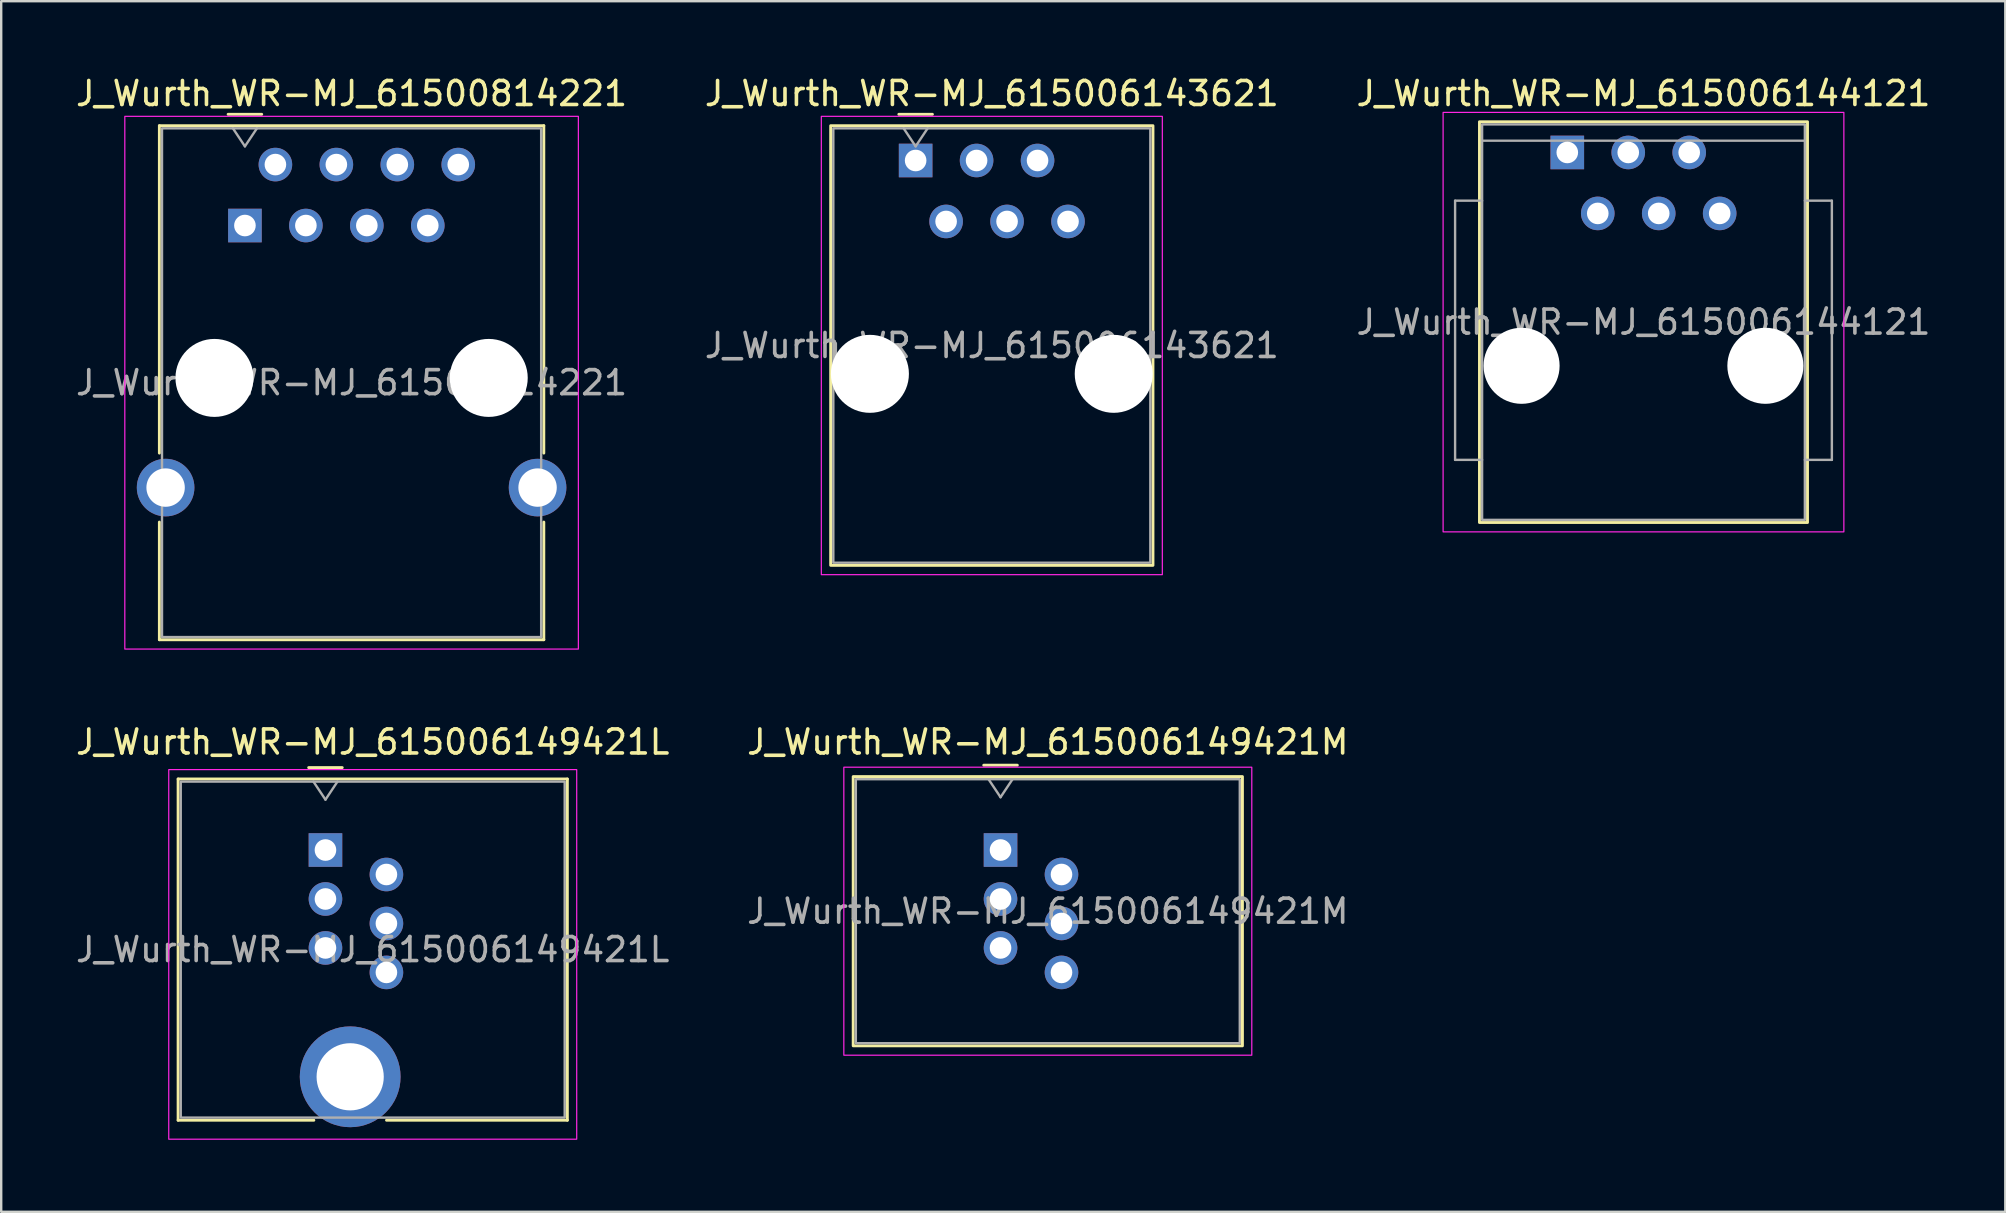
<source format=kicad_pcb>
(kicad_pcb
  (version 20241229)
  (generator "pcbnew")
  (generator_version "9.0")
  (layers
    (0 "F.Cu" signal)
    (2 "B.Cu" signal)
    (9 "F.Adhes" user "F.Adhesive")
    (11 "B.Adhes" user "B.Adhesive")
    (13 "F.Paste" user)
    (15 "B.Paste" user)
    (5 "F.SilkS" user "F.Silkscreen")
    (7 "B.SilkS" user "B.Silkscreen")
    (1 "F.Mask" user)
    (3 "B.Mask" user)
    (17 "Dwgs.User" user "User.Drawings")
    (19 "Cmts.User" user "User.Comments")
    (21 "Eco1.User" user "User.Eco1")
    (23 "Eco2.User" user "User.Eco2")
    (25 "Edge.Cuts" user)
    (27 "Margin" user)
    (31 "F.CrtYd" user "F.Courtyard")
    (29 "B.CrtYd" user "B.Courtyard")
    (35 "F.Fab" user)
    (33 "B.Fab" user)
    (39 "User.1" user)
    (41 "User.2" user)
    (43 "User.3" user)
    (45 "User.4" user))
  (footprint "J_Wurth_WR-MJ_615006144121"
    (layer "F.Cu")
    (at 62.26 3.303)
    (property "Reference" "J_Wurth_WR-MJ_615006144121" (at 3.175 -2.455 0) (unlocked yes) (layer "F.SilkS") (effects (font (size 1 1) (thickness 0.15))))
    (attr through_hole)
    (fp_rect (start -3.66 -1.28) (end 10.01 15.42) (stroke (width 0.12) (type solid)) (fill no) (layer "F.SilkS"))
    (fp_rect (start -5.175 -1.67) (end 11.525 15.81) (stroke (width 0.05) (type solid)) (fill no) (layer "F.CrtYd"))
    (fp_line (start -4.675 2.01) (end -3.55 2.01) (stroke (width 0.1) (type solid)) (layer "F.Fab"))
    (fp_line (start -4.675 12.81) (end -4.675 2.01) (stroke (width 0.1) (type solid)) (layer "F.Fab"))
    (fp_line (start -3.55 12.81) (end -4.675 12.81) (stroke (width 0.1) (type solid)) (layer "F.Fab"))
    (fp_line (start 9.9 -0.49) (end -3.55 -0.49) (stroke (width 0.1) (type solid)) (layer "F.Fab"))
    (fp_line (start 9.9 12.81) (end 11.025 12.81) (stroke (width 0.1) (type solid)) (layer "F.Fab"))
    (fp_line (start 11.025 2.01) (end 9.9 2.01) (stroke (width 0.1) (type solid)) (layer "F.Fab"))
    (fp_line (start 11.025 12.81) (end 11.025 2.01) (stroke (width 0.1) (type solid)) (layer "F.Fab"))
    (fp_rect (start -3.55 -1.17) (end 9.9 15.31) (stroke (width 0.1) (type solid)) (fill no) (layer "F.Fab"))
    (fp_text user "${REFERENCE}" (at 3.175 7.07 0) (unlocked yes) (layer "F.Fab") (effects (font (size 1 1) (thickness 0.15))))
    (pad "" np_thru_hole circle (at -1.905 8.89 180) (size 3.17 3.17) (drill 3.17) (layers "*.Cu" "*.Mask"))
    (pad "" np_thru_hole circle (at 8.255 8.89 180) (size 3.17 3.17) (drill 3.17) (layers "*.Cu" "*.Mask"))
    (pad "1" thru_hole rect (at 0 0) (size 1.4 1.4) (drill 0.9) (layers "*.Cu" "*.Mask"))
    (pad "2" thru_hole circle (at 1.27 2.54) (size 1.4 1.4) (drill 0.9) (layers "*.Cu" "*.Mask"))
    (pad "3" thru_hole circle (at 2.54 0) (size 1.4 1.4) (drill 0.9) (layers "*.Cu" "*.Mask"))
    (pad "4" thru_hole circle (at 3.81 2.54) (size 1.4 1.4) (drill 0.9) (layers "*.Cu" "*.Mask"))
    (pad "5" thru_hole circle (at 5.08 0) (size 1.4 1.4) (drill 0.9) (layers "*.Cu" "*.Mask"))
    (pad "6" thru_hole circle (at 6.35 2.54) (size 1.4 1.4) (drill 0.9) (layers "*.Cu" "*.Mask")))
  (footprint "J_Wurth_WR-MJ_61500814221"
    (layer "F.Cu")
    (at 7.156 6.348)
    (property "Reference" "J_Wurth_WR-MJ_61500814221" (at 4.445 -5.5 0) (unlocked yes) (layer "F.SilkS") (effects (font (size 1 1) (thickness 0.15))))
    (attr through_hole)
    (fp_line (start -3.565 12.357) (end -3.565 17.26) (stroke (width 0.12) (type solid)) (layer "F.SilkS"))
    (fp_line (start -3.565 9.483) (end -3.565 -4.16) (stroke (width 0.12) (type solid)) (layer "F.SilkS"))
    (fp_line (start -3.565 17.26) (end 12.455 17.26) (stroke (width 0.12) (type solid)) (layer "F.SilkS"))
    (fp_line (start 0.7 -4.635) (end -0.7 -4.635) (stroke (width 0.12) (type solid)) (layer "F.SilkS"))
    (fp_line (start 12.455 -4.16) (end -3.565 -4.16) (stroke (width 0.12) (type solid)) (layer "F.SilkS"))
    (fp_line (start 12.455 9.483) (end 12.455 -4.16) (stroke (width 0.12) (type solid)) (layer "F.SilkS"))
    (fp_line (start 12.455 12.357) (end 12.455 17.26) (stroke (width 0.12) (type solid)) (layer "F.SilkS"))
    (fp_rect (start -5.005 -4.55) (end 13.895 17.65) (stroke (width 0.05) (type solid)) (fill no) (layer "F.CrtYd"))
    (fp_line (start 0 -3.3) (end -0.5 -4.05) (stroke (width 0.1) (type solid)) (layer "F.Fab"))
    (fp_line (start 0 -3.3) (end 0.5 -4.05) (stroke (width 0.1) (type solid)) (layer "F.Fab"))
    (fp_rect (start -3.455 -4.05) (end 12.345 17.15) (stroke (width 0.1) (type solid)) (fill no) (layer "F.Fab"))
    (fp_text user "${REFERENCE}" (at 4.445 6.55 0) (unlocked yes) (layer "F.Fab") (effects (font (size 1 1) (thickness 0.15))))
    (pad "" np_thru_hole circle (at -1.27 6.35) (size 3.25 3.25) (drill 3.25) (layers "*.Cu" "*.Mask"))
    (pad "" np_thru_hole circle (at 10.16 6.35) (size 3.25 3.25) (drill 3.25) (layers "*.Cu" "*.Mask"))
    (pad "1" thru_hole rect (at 0 0) (size 1.4 1.4) (drill 0.9) (layers "*.Cu" "*.Mask"))
    (pad "2" thru_hole circle (at 1.27 -2.54) (size 1.4 1.4) (drill 0.9) (layers "*.Cu" "*.Mask"))
    (pad "3" thru_hole circle (at 2.54 0) (size 1.4 1.4) (drill 0.9) (layers "*.Cu" "*.Mask"))
    (pad "4" thru_hole circle (at 3.81 -2.54) (size 1.4 1.4) (drill 0.9) (layers "*.Cu" "*.Mask"))
    (pad "5" thru_hole circle (at 5.08 0) (size 1.4 1.4) (drill 0.9) (layers "*.Cu" "*.Mask"))
    (pad "6" thru_hole circle (at 6.35 -2.54) (size 1.4 1.4) (drill 0.9) (layers "*.Cu" "*.Mask"))
    (pad "7" thru_hole circle (at 7.62 0) (size 1.4 1.4) (drill 0.9) (layers "*.Cu" "*.Mask"))
    (pad "8" thru_hole circle (at 8.89 -2.54) (size 1.4 1.4) (drill 0.9) (layers "*.Cu" "*.Mask"))
    (pad "S1" thru_hole circle (at -3.305 10.92) (size 2.4 2.4) (drill 1.6) (layers "*.Cu" "*.Mask"))
    (pad "S2" thru_hole circle (at 12.195 10.92) (size 2.4 2.4) (drill 1.6) (layers "*.Cu" "*.Mask")))
  (footprint "J_Wurth_WR-MJ_615006149421M"
    (layer "F.Cu")
    (at 38.643 32.371)
    (property "Reference" "J_Wurth_WR-MJ_615006149421M" (at 1.97 -4.5 0) (unlocked yes) (layer "F.SilkS") (effects (font (size 1 1) (thickness 0.15))))
    (attr through_hole)
    (fp_line (start 0.7 -3.535) (end -0.7 -3.535) (stroke (width 0.12) (type solid)) (layer "F.SilkS"))
    (fp_rect (start -6.14 -3.06) (end 10.08 8.16) (stroke (width 0.12) (type solid)) (fill no) (layer "F.SilkS"))
    (fp_rect (start -6.53 -3.45) (end 10.47 8.55) (stroke (width 0.05) (type default)) (fill no) (layer "F.CrtYd"))
    (fp_line (start 0 -2.2) (end -0.5 -2.95) (stroke (width 0.1) (type solid)) (layer "F.Fab"))
    (fp_line (start 0 -2.2) (end 0.5 -2.95) (stroke (width 0.1) (type solid)) (layer "F.Fab"))
    (fp_rect (start -6.03 -2.95) (end 9.97 8.05) (stroke (width 0.1) (type solid)) (fill no) (layer "F.Fab"))
    (fp_text user "${REFERENCE}" (at 1.97 2.55 0) (unlocked yes) (layer "F.Fab") (effects (font (size 1 1) (thickness 0.15))))
    (pad "1" thru_hole rect (at 0 0 90) (size 1.4 1.4) (drill 0.9) (layers "*.Cu" "*.Mask"))
    (pad "2" thru_hole circle (at 2.54 1.02 90) (size 1.4 1.4) (drill 0.9) (layers "*.Cu" "*.Mask"))
    (pad "3" thru_hole circle (at 0 2.04 90) (size 1.4 1.4) (drill 0.9) (layers "*.Cu" "*.Mask"))
    (pad "4" thru_hole circle (at 2.54 3.06 90) (size 1.4 1.4) (drill 0.9) (layers "*.Cu" "*.Mask"))
    (pad "5" thru_hole circle (at 0 4.08 90) (size 1.4 1.4) (drill 0.9) (layers "*.Cu" "*.Mask"))
    (pad "6" thru_hole circle (at 2.54 5.1 90) (size 1.4 1.4) (drill 0.9) (layers "*.Cu" "*.Mask")))
  (footprint "J_Wurth_WR-MJ_615006143621"
    (layer "F.Cu")
    (at 35.105 3.638)
    (property "Reference" "J_Wurth_WR-MJ_615006143621" (at 3.175 -2.79 0) (unlocked yes) (layer "F.SilkS") (effects (font (size 1 1) (thickness 0.15))))
    (attr through_hole)
    (fp_line (start 0.7 -1.925) (end -0.7 -1.925) (stroke (width 0.12) (type solid)) (layer "F.SilkS"))
    (fp_rect (start -3.54 -1.45) (end 9.89 16.87) (stroke (width 0.12) (type solid)) (fill no) (layer "F.SilkS"))
    (fp_rect (start -3.93 -1.84) (end 10.28 17.26) (stroke (width 0.05) (type default)) (fill no) (layer "F.CrtYd"))
    (fp_line (start 0 -0.59) (end -0.5 -1.34) (stroke (width 0.1) (type solid)) (layer "F.Fab"))
    (fp_line (start 0 -0.59) (end 0.5 -1.34) (stroke (width 0.1) (type solid)) (layer "F.Fab"))
    (fp_rect (start -3.43 -1.34) (end 9.78 16.76) (stroke (width 0.1) (type solid)) (fill no) (layer "F.Fab"))
    (fp_text user "${REFERENCE}" (at 3.175 7.71 0) (unlocked yes) (layer "F.Fab") (effects (font (size 1 1) (thickness 0.15))))
    (pad "" np_thru_hole circle (at -1.905 8.89) (size 3.25 3.25) (drill 3.25) (layers "*.Cu" "*.Mask"))
    (pad "" np_thru_hole circle (at 8.255 8.89) (size 3.25 3.25) (drill 3.25) (layers "*.Cu" "*.Mask"))
    (pad "1" thru_hole rect (at 0 0) (size 1.4 1.4) (drill 0.9) (layers "*.Cu" "*.Mask"))
    (pad "2" thru_hole circle (at 1.27 2.54) (size 1.4 1.4) (drill 0.9) (layers "*.Cu" "*.Mask"))
    (pad "3" thru_hole circle (at 2.54 0) (size 1.4 1.4) (drill 0.9) (layers "*.Cu" "*.Mask"))
    (pad "4" thru_hole circle (at 3.81 2.54) (size 1.4 1.4) (drill 0.9) (layers "*.Cu" "*.Mask"))
    (pad "5" thru_hole circle (at 5.08 0) (size 1.4 1.4) (drill 0.9) (layers "*.Cu" "*.Mask"))
    (pad "6" thru_hole circle (at 6.35 2.54) (size 1.4 1.4) (drill 0.9) (layers "*.Cu" "*.Mask")))
  (footprint "J_Wurth_WR-MJ_615006149421L"
    (layer "F.Cu")
    (at 10.512 32.371)
    (property "Reference" "J_Wurth_WR-MJ_615006149421L" (at 1.97 -4.5 0) (unlocked yes) (layer "F.SilkS") (effects (font (size 1 1) (thickness 0.15))))
    (attr through_hole)
    (fp_line (start -6.14 -2.96) (end -6.14 11.26) (stroke (width 0.12) (type solid)) (layer "F.SilkS"))
    (fp_line (start -6.14 -2.96) (end 10.08 -2.96) (stroke (width 0.12) (type solid)) (layer "F.SilkS"))
    (fp_line (start -0.484 11.26) (end -6.14 11.26) (stroke (width 0.12) (type solid)) (layer "F.SilkS"))
    (fp_line (start 0.7 -3.435) (end -0.7 -3.435) (stroke (width 0.12) (type solid)) (layer "F.SilkS"))
    (fp_line (start 2.544 11.26) (end 10.08 11.26) (stroke (width 0.12) (type solid)) (layer "F.SilkS"))
    (fp_line (start 10.08 -2.96) (end 10.08 11.26) (stroke (width 0.12) (type solid)) (layer "F.SilkS"))
    (fp_rect (start -6.53 -3.35) (end 10.47 12.05) (stroke (width 0.05) (type solid)) (fill no) (layer "F.CrtYd"))
    (fp_line (start 0 -2.1) (end -0.5 -2.85) (stroke (width 0.1) (type solid)) (layer "F.Fab"))
    (fp_line (start 0 -2.1) (end 0.5 -2.85) (stroke (width 0.1) (type solid)) (layer "F.Fab"))
    (fp_rect (start -6.03 -2.85) (end 9.97 11.15) (stroke (width 0.1) (type solid)) (fill no) (layer "F.Fab"))
    (fp_text user "${REFERENCE}" (at 1.97 4.15 0) (unlocked yes) (layer "F.Fab") (effects (font (size 1 1) (thickness 0.15))))
    (pad "1" thru_hole rect (at 0 0 90) (size 1.4 1.4) (drill 0.9) (layers "*.Cu" "*.Mask"))
    (pad "2" thru_hole circle (at 2.54 1.02 90) (size 1.4 1.4) (drill 0.9) (layers "*.Cu" "*.Mask"))
    (pad "3" thru_hole circle (at 0 2.04 90) (size 1.4 1.4) (drill 0.9) (layers "*.Cu" "*.Mask"))
    (pad "4" thru_hole circle (at 2.54 3.06 90) (size 1.4 1.4) (drill 0.9) (layers "*.Cu" "*.Mask"))
    (pad "5" thru_hole circle (at 0 4.08 90) (size 1.4 1.4) (drill 0.9) (layers "*.Cu" "*.Mask"))
    (pad "6" thru_hole circle (at 2.54 5.1 90) (size 1.4 1.4) (drill 0.9) (layers "*.Cu" "*.Mask"))
    (pad "S1" thru_hole circle (at 1.03 9.45 90) (size 4.2 4.2) (drill 2.8) (layers "*.Cu" "*.Mask")))
  (gr_rect
    (start -3 -3)
    (end 80.512 47.447)
    (stroke (width 0.1) (type default))
    (fill no)
    (layer "Edge.Cuts")))
</source>
